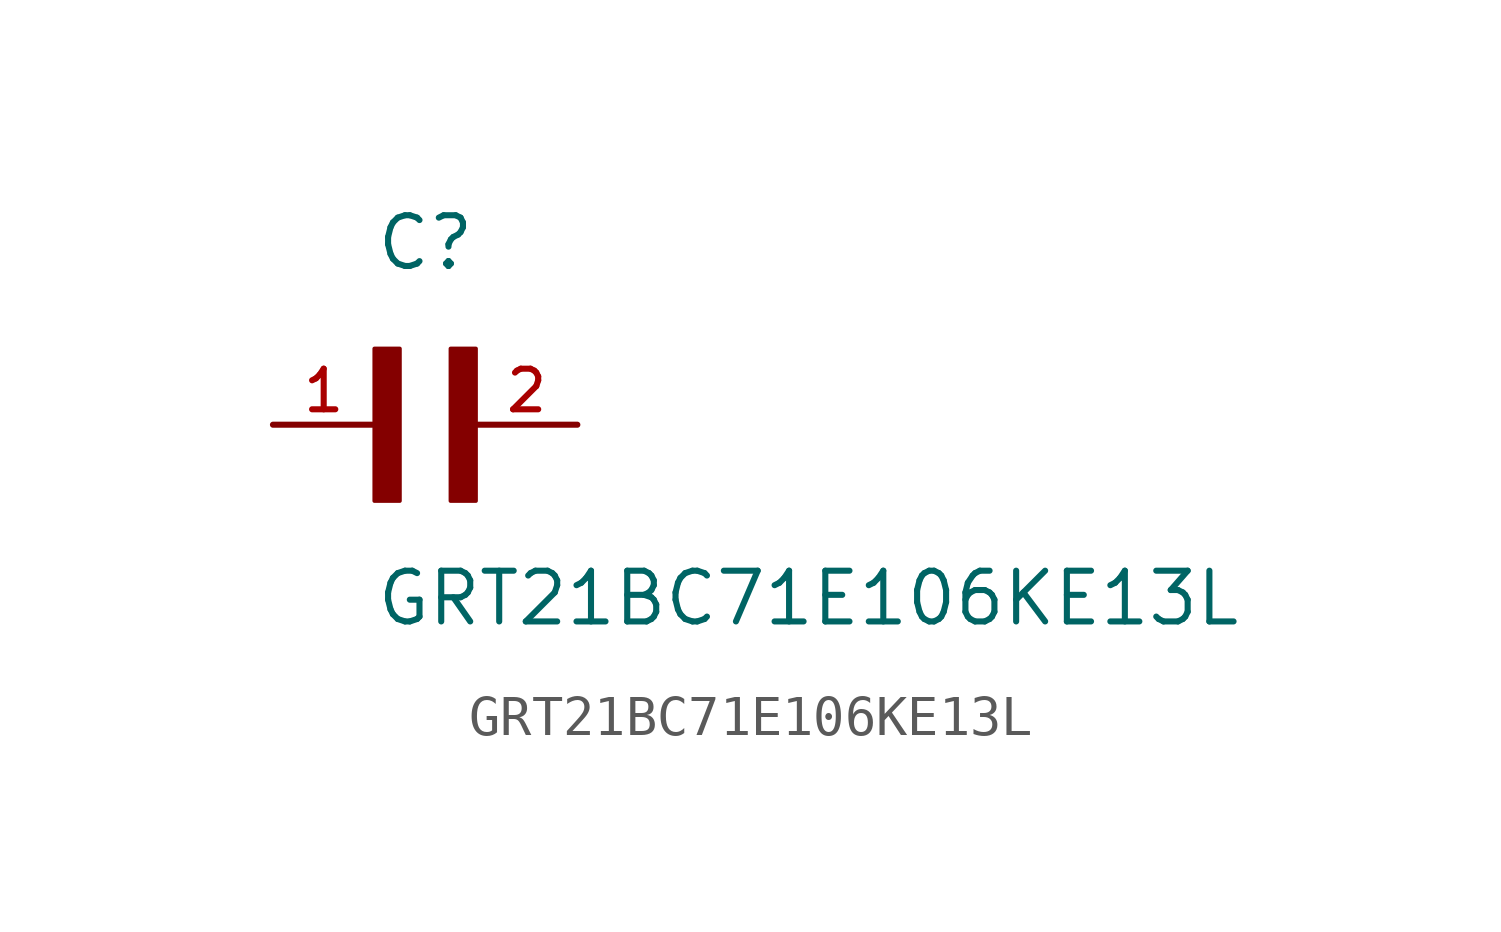
<source format=kicad_sym>
(kicad_symbol_lib
  (version 20211014)
  (generator kicad_symbol_editor)
  (symbol "GRT21BC71E106KE13L"
    (pin_names
      (offset 1.016))
    (property "Reference" "C"
      (at 0.0 3.811 0)
      (effects (font (size 1.27 1.27)) (justify bottom left)))
    (property "Value" "GRT21BC71E106KE13L"
      (at 0.0 -5.088 0)
      (effects (font (size 1.27 1.27)) (justify bottom left)))
    (symbol "GRT21BC71E106KE13L_0_0"
      (rectangle (start 0.0 -1.907) (end 0.635 1.905) (stroke (width 0.1)) (fill (type outline)))
      (rectangle (start 1.907 -1.907) (end 2.54 1.905) (stroke (width 0.1)) (fill (type outline)))
      (pin passive line (at 5.08 0.0 180.0) (length 2.54) (name "~" (effects (font (size 1.016 1.016)))) (number "2" (effects (font (size 1.016 1.016)))))
      (pin passive line (at -2.54 0.0 0) (length 2.54) (name "~" (effects (font (size 1.016 1.016)))) (number "1" (effects (font (size 1.016 1.016))))))))
</source>
